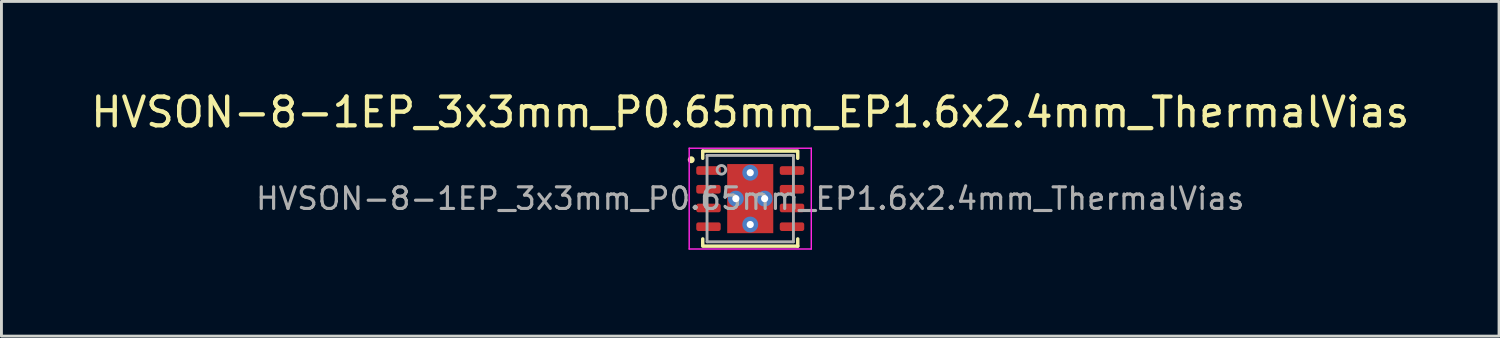
<source format=kicad_pcb>
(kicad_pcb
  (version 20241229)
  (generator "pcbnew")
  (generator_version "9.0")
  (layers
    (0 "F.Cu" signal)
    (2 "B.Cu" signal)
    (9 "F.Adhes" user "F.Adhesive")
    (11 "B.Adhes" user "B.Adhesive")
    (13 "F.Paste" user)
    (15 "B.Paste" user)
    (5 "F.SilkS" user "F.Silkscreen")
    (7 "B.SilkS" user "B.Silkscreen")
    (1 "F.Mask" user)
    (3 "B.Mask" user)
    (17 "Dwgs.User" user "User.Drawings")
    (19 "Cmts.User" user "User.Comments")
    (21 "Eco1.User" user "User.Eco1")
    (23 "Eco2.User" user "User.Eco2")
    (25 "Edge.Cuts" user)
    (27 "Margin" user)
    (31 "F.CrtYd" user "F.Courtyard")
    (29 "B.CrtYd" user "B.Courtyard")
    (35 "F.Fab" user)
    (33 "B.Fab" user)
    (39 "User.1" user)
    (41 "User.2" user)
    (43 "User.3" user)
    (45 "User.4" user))
  (footprint "HVSON-8-1EP_3x3mm_P0.65mm_EP1.6x2.4mm_ThermalVias"
    (layer "F.Cu")
    (at 23.006 3.848)
    (property "Reference" "HVSON-8-1EP_3x3mm_P0.65mm_EP1.6x2.4mm_ThermalVias" (at 0 -3 0) (unlocked yes) (layer "F.SilkS") (effects (font (size 1 1) (thickness 0.15))))
    (attr smd)
    (fp_line (start -1.65 -1.65) (end -1.65 -1.4) (stroke (width 0.12) (type solid)) (layer "F.SilkS"))
    (fp_line (start -1.65 -1.65) (end 1.6 -1.65) (stroke (width 0.12) (type solid)) (layer "F.SilkS"))
    (fp_line (start -1.65 1.65) (end -1.65 1.4) (stroke (width 0.12) (type solid)) (layer "F.SilkS"))
    (fp_line (start 1.65 -1.65) (end 1.65 -1.4) (stroke (width 0.12) (type solid)) (layer "F.SilkS"))
    (fp_line (start 1.65 1.65) (end -1.6 1.65) (stroke (width 0.12) (type solid)) (layer "F.SilkS"))
    (fp_line (start 1.65 1.65) (end 1.65 1.4) (stroke (width 0.12) (type solid)) (layer "F.SilkS"))
    (fp_circle (center -2.05 -1.35) (end -1.979 -1.35) (stroke (width 0.1) (type solid)) (fill yes) (layer "F.SilkS"))
    (fp_line (start -2.12 -1.75) (end -2.12 1.75) (stroke (width 0.05) (type solid)) (layer "F.CrtYd"))
    (fp_line (start -2.12 1.75) (end 2.12 1.75) (stroke (width 0.05) (type solid)) (layer "F.CrtYd"))
    (fp_line (start 2.12 -1.75) (end -2.12 -1.75) (stroke (width 0.05) (type solid)) (layer "F.CrtYd"))
    (fp_line (start 2.12 1.75) (end 2.12 -1.75) (stroke (width 0.05) (type solid)) (layer "F.CrtYd"))
    (fp_line (start -1.5 -1.5) (end 1.5 -1.5) (stroke (width 0.1) (type solid)) (layer "F.Fab"))
    (fp_line (start -1.5 1.5) (end -1.5 -1.5) (stroke (width 0.1) (type solid)) (layer "F.Fab"))
    (fp_line (start 1.5 -1.5) (end 1.5 1.5) (stroke (width 0.1) (type solid)) (layer "F.Fab"))
    (fp_line (start 1.5 1.5) (end -1.5 1.5) (stroke (width 0.1) (type solid)) (layer "F.Fab"))
    (fp_circle (center -1 -1) (end -0.85 -1) (stroke (width 0.1) (type solid)) (fill no) (layer "F.Fab"))
    (fp_text user "${REFERENCE}" (at 0 0 0) (layer "F.Fab") (effects (font (size 0.75 0.75) (thickness 0.11))))
    (pad "" smd roundrect (at 0 -0.6) (size 1.4 1) (layers "F.Paste") (roundrect_rratio 0.25))
    (pad "" smd roundrect (at 0 0.6) (size 1.4 1) (layers "F.Paste") (roundrect_rratio 0.25))
    (pad "1" smd roundrect (at -1.45 -0.975) (size 0.85 0.3) (layers "F.Cu" "F.Mask" "F.Paste") (roundrect_rratio 0.25))
    (pad "2" smd roundrect (at -1.45 -0.325) (size 0.85 0.3) (layers "F.Cu" "F.Mask" "F.Paste") (roundrect_rratio 0.25))
    (pad "3" smd roundrect (at -1.45 0.325) (size 0.85 0.3) (layers "F.Cu" "F.Mask" "F.Paste") (roundrect_rratio 0.25))
    (pad "4" smd roundrect (at -1.45 0.975) (size 0.85 0.3) (layers "F.Cu" "F.Mask" "F.Paste") (roundrect_rratio 0.25))
    (pad "5" smd roundrect (at 1.45 0.975) (size 0.85 0.3) (layers "F.Cu" "F.Mask" "F.Paste") (roundrect_rratio 0.25))
    (pad "6" smd roundrect (at 1.45 0.325) (size 0.85 0.3) (layers "F.Cu" "F.Mask" "F.Paste") (roundrect_rratio 0.25))
    (pad "7" smd roundrect (at 1.45 -0.325) (size 0.85 0.3) (layers "F.Cu" "F.Mask" "F.Paste") (roundrect_rratio 0.25))
    (pad "8" smd roundrect (at 1.45 -0.975) (size 0.85 0.3) (layers "F.Cu" "F.Mask" "F.Paste") (roundrect_rratio 0.25))
    (pad "9" thru_hole circle (at -0.5 0) (size 0.55 0.55) (drill 0.25) (layers "*.Cu"))
    (pad "9" thru_hole circle (at 0 -0.9) (size 0.55 0.55) (drill 0.25) (layers "*.Cu"))
    (pad "9" smd rect (at 0 0) (size 1.6 2.4) (property pad_prop_heatsink) (layers "F.Cu" "F.Mask"))
    (pad "9" thru_hole circle (at 0 0.9) (size 0.55 0.55) (drill 0.25) (layers "*.Cu"))
    (pad "9" thru_hole circle (at 0.5 0) (size 0.55 0.55) (drill 0.25) (layers "*.Cu")))
  (gr_rect
    (start -3 -3)
    (end 49.012 8.623)
    (stroke (width 0.1) (type default))
    (fill no)
    (layer "Edge.Cuts")))
</source>
